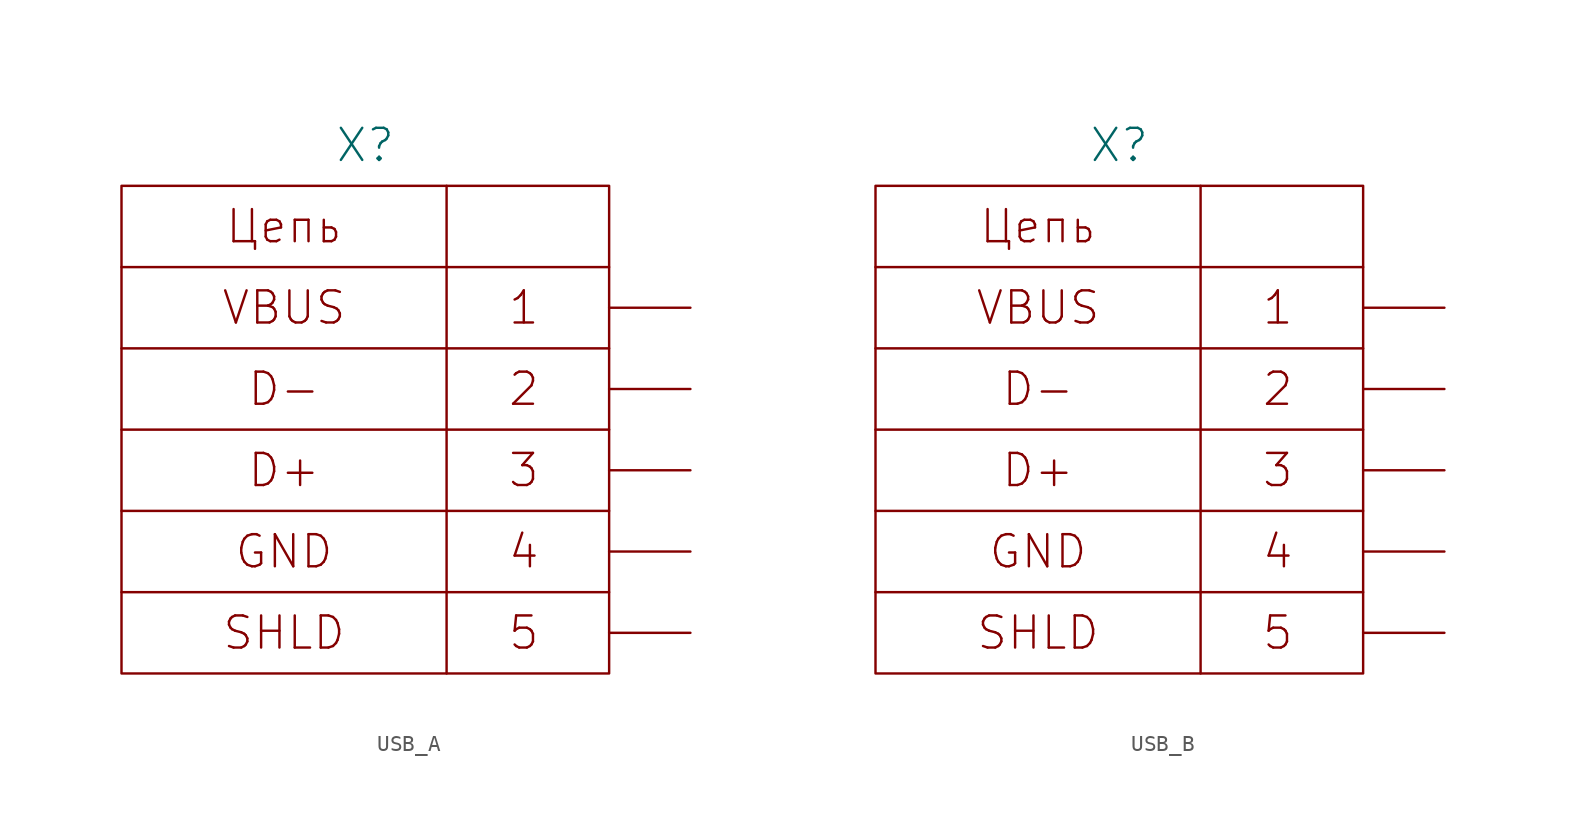
<source format=kicad_sym>
(kicad_symbol_lib
  (version 20231120)
  (generator "kicad_symbol_editor")
  (generator_version "8.0")
  (symbol "USB_A"
    (pin_numbers hide)
    (pin_names
      (offset 0) hide)
    (property "Reference" "X"
      (at 0 17.78 0)
      (effects (font (size 2.007 2.007))))
    (symbol "USB_A_0_0"
      (polyline (pts (xy 5.08 15.24) (xy 5.08 -15.24)) (stroke (width 0) (type solid)) (fill (type none)))
      (polyline (pts (xy 15.24 -10.16) (xy -15.24 -10.16)) (stroke (width 0) (type solid)) (fill (type none)))
      (polyline (pts (xy 15.24 -5.08) (xy -15.24 -5.08)) (stroke (width 0) (type solid)) (fill (type none)))
      (polyline (pts (xy 15.24 0) (xy -15.24 0)) (stroke (width 0) (type solid)) (fill (type none)))
      (polyline (pts (xy 15.24 5.08) (xy -15.24 5.08)) (stroke (width 0) (type solid)) (fill (type none)))
      (polyline (pts (xy 15.24 10.16) (xy -15.24 10.16)) (stroke (width 0) (type solid)) (fill (type none)))
      (rectangle (start 15.24 15.24) (end -15.24 -15.24) (stroke (width 0) (type solid)) (fill (type none)))
      (text "2" (at 9.906 2.54 0) (effects (font (size 2.007 2.007))))
      (text "VBUS" (at -5.08 7.62 0) (effects (font (size 2.007 2.007)))))
    (symbol "USB_A_1_1"
      (text "1" (at 9.906 7.62 0) (effects (font (size 2.007 2.007))))
      (text "3" (at 9.906 -2.54 0) (effects (font (size 2.007 2.007))))
      (text "4" (at 9.906 -7.62 0) (effects (font (size 2.007 2.007))))
      (text "5" (at 9.906 -12.7 0) (effects (font (size 2.007 2.007))))
      (text "D+" (at -5.08 -2.54 0) (effects (font (size 2.007 2.007))))
      (text "D-" (at -5.08 2.54 0) (effects (font (size 2.007 2.007))))
      (text "GND" (at -5.08 -7.62 0) (effects (font (size 2.007 2.007))))
      (text "SHLD" (at -5.08 -12.7 0) (effects (font (size 2.007 2.007))))
      (text "Цепь" (at -5.08 12.7 0) (effects (font (size 2.007 2.007))))
      (pin power_in line (at 20.32 7.62 180) (length 5.08) (name "~" (effects (font (size 2.007 2.007)))) (number "1" (effects (font (size 2.007 2.007)))))
      (pin passive line (at 20.32 2.54 180) (length 5.08) (name "~" (effects (font (size 2.007 2.007)))) (number "2" (effects (font (size 2.007 2.007)))))
      (pin passive line (at 20.32 -2.54 180) (length 5.08) (name "~" (effects (font (size 2.007 2.007)))) (number "3" (effects (font (size 2.007 2.007)))))
      (pin power_in line (at 20.32 -7.62 180) (length 5.08) (name "~" (effects (font (size 2.007 2.007)))) (number "4" (effects (font (size 2.007 2.007)))))
      (pin passive line (at 20.32 -12.7 180) (length 5.08) (name "~" (effects (font (size 2.007 2.007)))) (number "5" (effects (font (size 2.007 2.007)))))))
  (symbol "USB_B"
    (pin_numbers hide)
    (pin_names
      (offset 0) hide)
    (property "Reference" "X"
      (at 0 17.78 0)
      (effects (font (size 2.007 2.007))))
    (symbol "USB_B_0_0"
      (polyline (pts (xy 5.08 15.24) (xy 5.08 -15.24)) (stroke (width 0) (type solid)) (fill (type none)))
      (polyline (pts (xy 15.24 -10.16) (xy -15.24 -10.16)) (stroke (width 0) (type solid)) (fill (type none)))
      (polyline (pts (xy 15.24 -5.08) (xy -15.24 -5.08)) (stroke (width 0) (type solid)) (fill (type none)))
      (polyline (pts (xy 15.24 0) (xy -15.24 0)) (stroke (width 0) (type solid)) (fill (type none)))
      (polyline (pts (xy 15.24 5.08) (xy -15.24 5.08)) (stroke (width 0) (type solid)) (fill (type none)))
      (polyline (pts (xy 15.24 10.16) (xy -15.24 10.16)) (stroke (width 0) (type solid)) (fill (type none)))
      (rectangle (start 15.24 15.24) (end -15.24 -15.24) (stroke (width 0) (type solid)) (fill (type none)))
      (text "2" (at 9.906 2.54 0) (effects (font (size 2.007 2.007))))
      (text "VBUS" (at -5.08 7.62 0) (effects (font (size 2.007 2.007)))))
    (symbol "USB_B_1_1"
      (text "1" (at 9.906 7.62 0) (effects (font (size 2.007 2.007))))
      (text "3" (at 9.906 -2.54 0) (effects (font (size 2.007 2.007))))
      (text "4" (at 9.906 -7.62 0) (effects (font (size 2.007 2.007))))
      (text "5" (at 9.906 -12.7 0) (effects (font (size 2.007 2.007))))
      (text "D+" (at -5.08 -2.54 0) (effects (font (size 2.007 2.007))))
      (text "D-" (at -5.08 2.54 0) (effects (font (size 2.007 2.007))))
      (text "GND" (at -5.08 -7.62 0) (effects (font (size 2.007 2.007))))
      (text "SHLD" (at -5.08 -12.7 0) (effects (font (size 2.007 2.007))))
      (text "Цепь" (at -5.08 12.7 0) (effects (font (size 2.007 2.007))))
      (pin power_out line (at 20.32 7.62 180) (length 5.08) (name "~" (effects (font (size 2.007 2.007)))) (number "1" (effects (font (size 2.007 2.007)))))
      (pin passive line (at 20.32 2.54 180) (length 5.08) (name "~" (effects (font (size 2.007 2.007)))) (number "2" (effects (font (size 2.007 2.007)))))
      (pin passive line (at 20.32 -2.54 180) (length 5.08) (name "~" (effects (font (size 2.007 2.007)))) (number "3" (effects (font (size 2.007 2.007)))))
      (pin power_out line (at 20.32 -7.62 180) (length 5.08) (name "~" (effects (font (size 2.007 2.007)))) (number "4" (effects (font (size 2.007 2.007)))))
      (pin passive line (at 20.32 -12.7 180) (length 5.08) (name "~" (effects (font (size 2.007 2.007)))) (number "5" (effects (font (size 2.007 2.007))))))))
</source>
